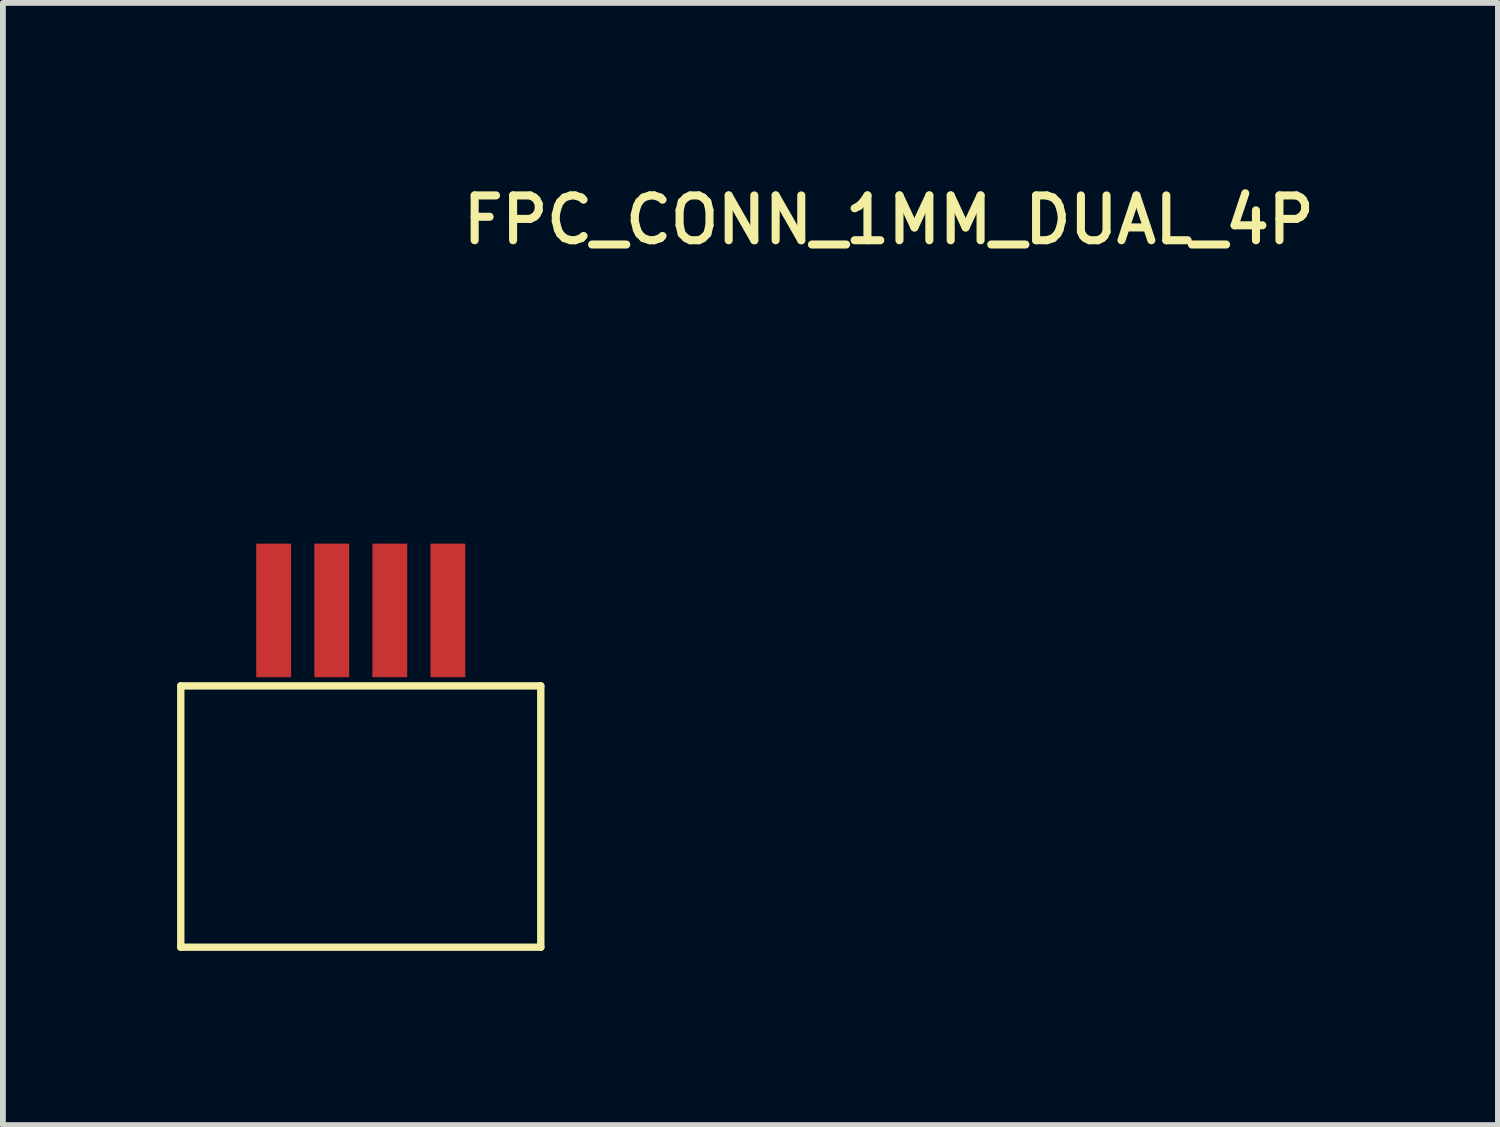
<source format=kicad_pcb>
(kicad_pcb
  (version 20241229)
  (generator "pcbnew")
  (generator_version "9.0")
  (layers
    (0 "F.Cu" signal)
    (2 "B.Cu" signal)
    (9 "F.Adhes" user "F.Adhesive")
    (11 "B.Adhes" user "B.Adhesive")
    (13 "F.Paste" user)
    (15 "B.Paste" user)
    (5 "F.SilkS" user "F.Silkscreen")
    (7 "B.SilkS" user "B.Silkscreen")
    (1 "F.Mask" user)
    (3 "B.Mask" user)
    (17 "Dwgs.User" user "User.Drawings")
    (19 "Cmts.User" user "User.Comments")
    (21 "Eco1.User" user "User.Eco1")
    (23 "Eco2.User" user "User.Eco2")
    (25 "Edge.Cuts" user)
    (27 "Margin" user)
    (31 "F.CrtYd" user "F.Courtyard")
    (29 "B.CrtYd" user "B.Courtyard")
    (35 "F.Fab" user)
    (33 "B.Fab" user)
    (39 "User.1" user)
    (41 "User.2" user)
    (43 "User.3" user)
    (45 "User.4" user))
  (footprint "FPC_CONN_1MM_DUAL_4P"
    (layer "F.Cu")
    (at 3.163 8.762)
    (property "Reference" "FPC_CONN_1MM_DUAL_4P" (at 1.686 -7.573 180) (layer "F.SilkS") (effects (font (size 0.772 0.772) (thickness 0.139)) (justify left bottom)))
    (attr through_hole)
    (fp_line (start -3.1 0) (end 3.1 0) (stroke (width 0.127) (type solid)) (layer "F.SilkS"))
    (fp_line (start -3.1 4.5) (end -3.1 0) (stroke (width 0.127) (type solid)) (layer "F.SilkS"))
    (fp_line (start 3.1 0) (end 3.1 4.5) (stroke (width 0.127) (type solid)) (layer "F.SilkS"))
    (fp_line (start 3.1 4.5) (end -3.1 4.5) (stroke (width 0.127) (type solid)) (layer "F.SilkS"))
    (pad "1" smd rect (at -1.5 -1.3 90) (size 2.3 0.6) (layers "F.Cu" "F.Mask" "F.Paste"))
    (pad "2" smd rect (at -0.5 -1.3 90) (size 2.3 0.6) (layers "F.Cu" "F.Mask" "F.Paste"))
    (pad "3" smd rect (at 0.5 -1.3 90) (size 2.3 0.6) (layers "F.Cu" "F.Mask" "F.Paste"))
    (pad "4" smd rect (at 1.5 -1.3 90) (size 2.3 0.6) (layers "F.Cu" "F.Mask" "F.Paste")))
  (gr_rect
    (start -3 -3)
    (end 22.746 16.326)
    (stroke (width 0.1) (type default))
    (fill no)
    (layer "Edge.Cuts")))
</source>
